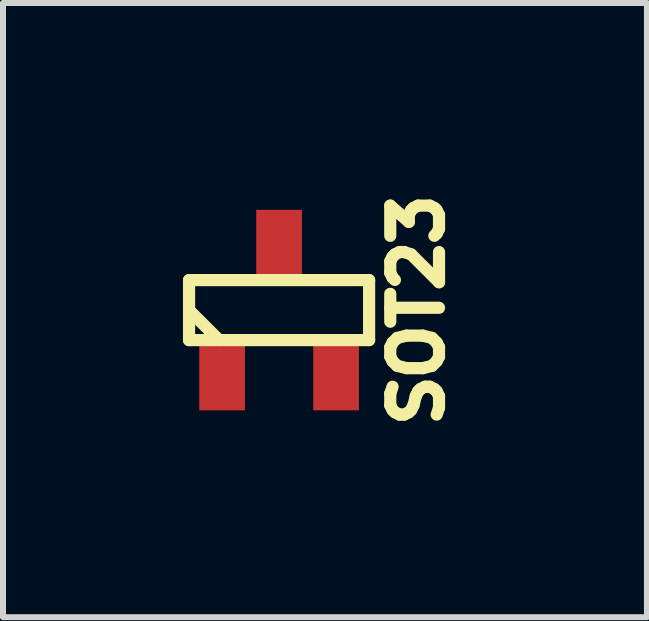
<source format=kicad_pcb>
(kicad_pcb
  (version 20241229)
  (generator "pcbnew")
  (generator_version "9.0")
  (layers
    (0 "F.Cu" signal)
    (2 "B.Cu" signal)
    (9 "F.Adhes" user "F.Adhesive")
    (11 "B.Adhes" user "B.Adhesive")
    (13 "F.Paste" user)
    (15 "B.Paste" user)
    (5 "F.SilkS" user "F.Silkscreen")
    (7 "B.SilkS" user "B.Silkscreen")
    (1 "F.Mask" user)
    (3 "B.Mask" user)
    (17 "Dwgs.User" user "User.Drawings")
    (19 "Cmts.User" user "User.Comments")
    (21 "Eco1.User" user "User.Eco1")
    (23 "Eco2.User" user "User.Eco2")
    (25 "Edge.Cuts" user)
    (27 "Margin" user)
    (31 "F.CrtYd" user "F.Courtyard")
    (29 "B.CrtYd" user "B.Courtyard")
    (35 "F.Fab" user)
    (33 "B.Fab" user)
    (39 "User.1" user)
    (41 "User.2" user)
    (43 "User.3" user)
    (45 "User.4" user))
  (footprint "SOT23"
    (layer "F.Cu")
    (at 1.603 2.12)
    (property "Reference" "SOT23" (at 2.301 0 90) (layer "F.SilkS") (effects (font (size 0.813 0.813) (thickness 0.203))))
    (attr through_hole)
    (fp_line (start -1.501 -0.5) (end -1.501 0.5) (stroke (width 0.203) (type solid)) (layer "F.SilkS"))
    (fp_line (start -1.501 0) (end -1.001 0.5) (stroke (width 0.203) (type solid)) (layer "F.SilkS"))
    (fp_line (start -1.501 0.5) (end 1.501 0.5) (stroke (width 0.203) (type solid)) (layer "F.SilkS"))
    (fp_line (start 1.501 -0.5) (end -1.501 -0.5) (stroke (width 0.203) (type solid)) (layer "F.SilkS"))
    (fp_line (start 1.501 0.5) (end 1.501 -0.5) (stroke (width 0.203) (type solid)) (layer "F.SilkS"))
    (pad "1" smd rect (at -0.95 1.1) (size 0.762 1.143) (layers "F.Cu" "F.Mask" "F.Paste"))
    (pad "2" smd rect (at 0.95 1.1) (size 0.762 1.143) (layers "F.Cu" "F.Mask" "F.Paste"))
    (pad "3" smd rect (at 0 -1.1) (size 0.762 1.143) (layers "F.Cu" "F.Mask" "F.Paste")))
  (gr_rect
    (start -3 -3)
    (end 7.736 7.24)
    (stroke (width 0.1) (type default))
    (fill no)
    (layer "Edge.Cuts")))
</source>
